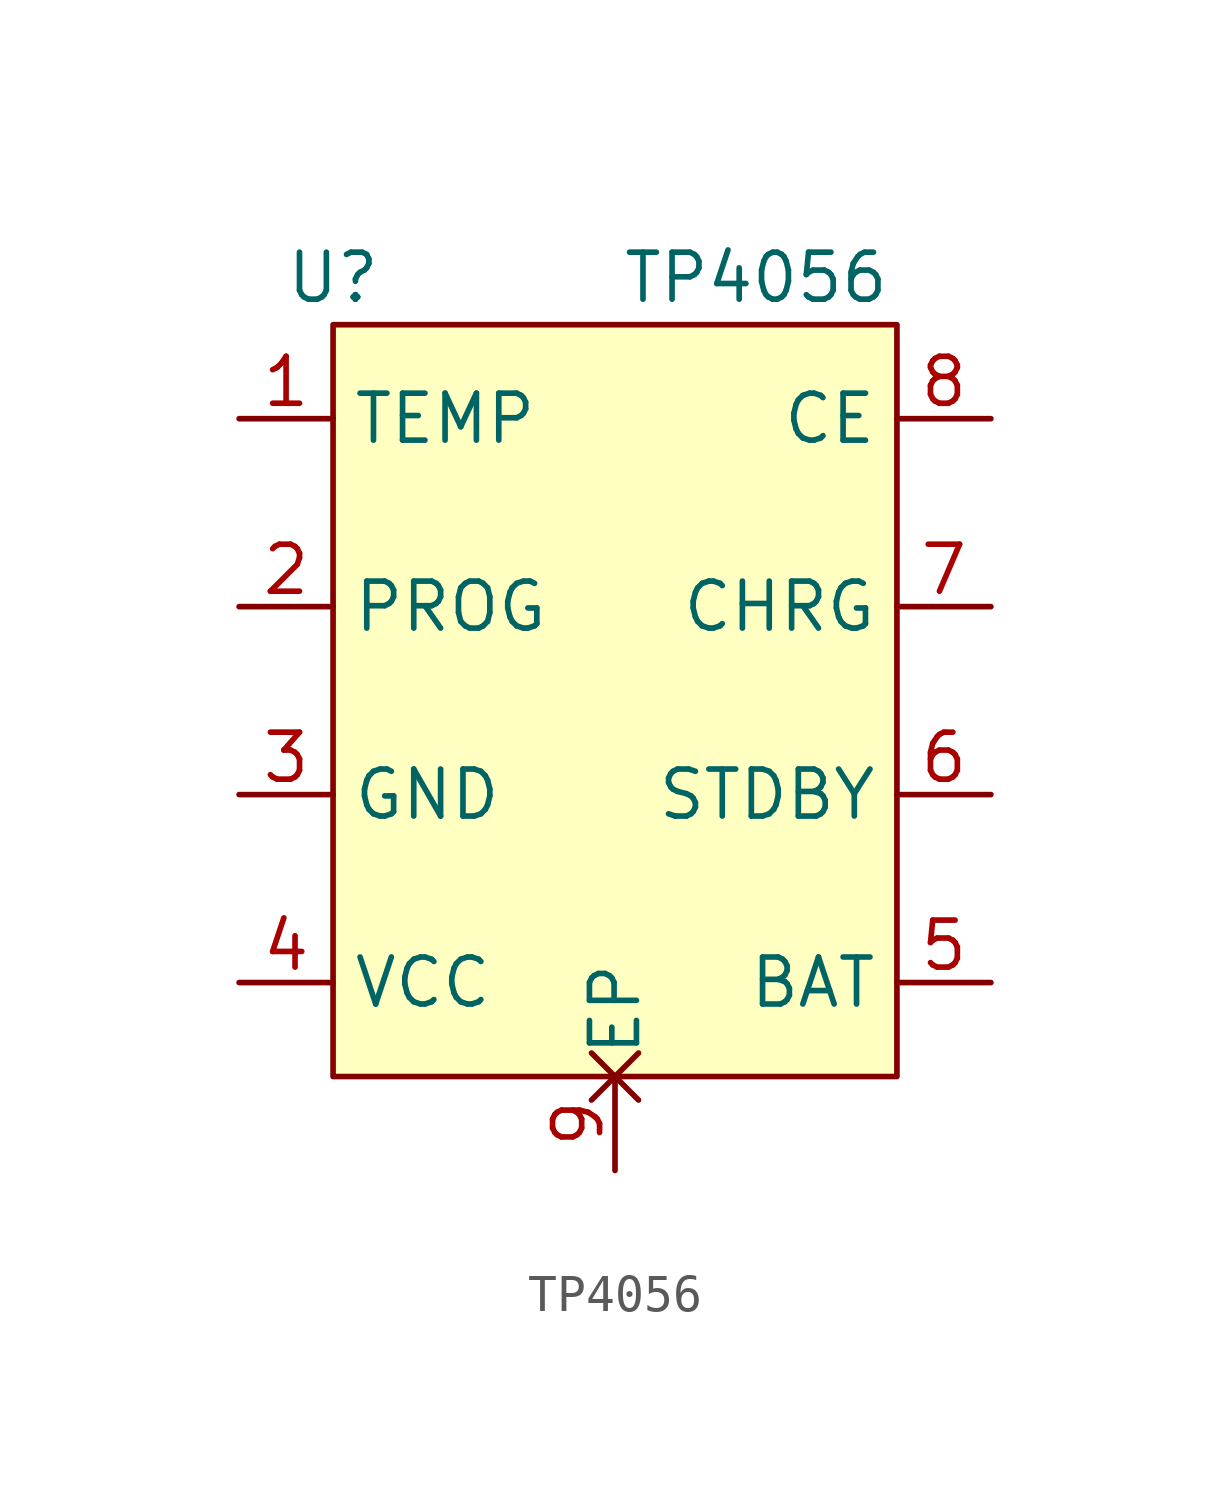
<source format=kicad_sym>
(kicad_symbol_lib
  (version 20211014)
  (generator kicad_symbol_editor)
  (symbol "TP4056"
    (property "Reference" "U"
      (at -7.62 11.43 0)
      (effects (font (size 1.27 1.27))))
    (property "Value" "TP4056"
      (at 3.81 11.43 0)
      (effects (font (size 1.27 1.27))))
    (symbol "TP4056_0_0"
      (pin input line (at -10.16 7.62 0) (length 2.54) (name "TEMP" (effects (font (size 1.27 1.27)))) (number "1" (effects (font (size 1.27 1.27)))))
      (pin passive line (at -10.16 2.54 0) (length 2.54) (name "PROG" (effects (font (size 1.27 1.27)))) (number "2" (effects (font (size 1.27 1.27)))))
      (pin power_in line (at -10.16 -2.54 0) (length 2.54) (name "GND" (effects (font (size 1.27 1.27)))) (number "3" (effects (font (size 1.27 1.27)))))
      (pin power_in line (at -10.16 -7.62 0) (length 2.54) (name "VCC" (effects (font (size 1.27 1.27)))) (number "4" (effects (font (size 1.27 1.27)))))
      (pin power_out line (at 10.16 -7.62 180) (length 2.54) (name "BAT" (effects (font (size 1.27 1.27)))) (number "5" (effects (font (size 1.27 1.27)))))
      (pin open_collector line (at 10.16 -2.54 180) (length 2.54) (name "STDBY" (effects (font (size 1.27 1.27)))) (number "6" (effects (font (size 1.27 1.27)))))
      (pin open_collector line (at 10.16 2.54 180) (length 2.54) (name "CHRG" (effects (font (size 1.27 1.27)))) (number "7" (effects (font (size 1.27 1.27)))))
      (pin input line (at 10.16 7.62 180) (length 2.54) (name "CE" (effects (font (size 1.27 1.27)))) (number "8" (effects (font (size 1.27 1.27))))))
    (symbol "TP4056_0_1"
      (rectangle (start -7.62 10.16) (end 7.62 -10.16) (stroke (width 0) (type default) (color 0 0 0 0)) (fill (type background))))
    (symbol "TP4056_1_1"
      (pin free non_logic (at 0 -12.7 90) (length 2.54) (name "EP" (effects (font (size 1.27 1.27)))) (number "9" (effects (font (size 1.27 1.27))))))))
</source>
